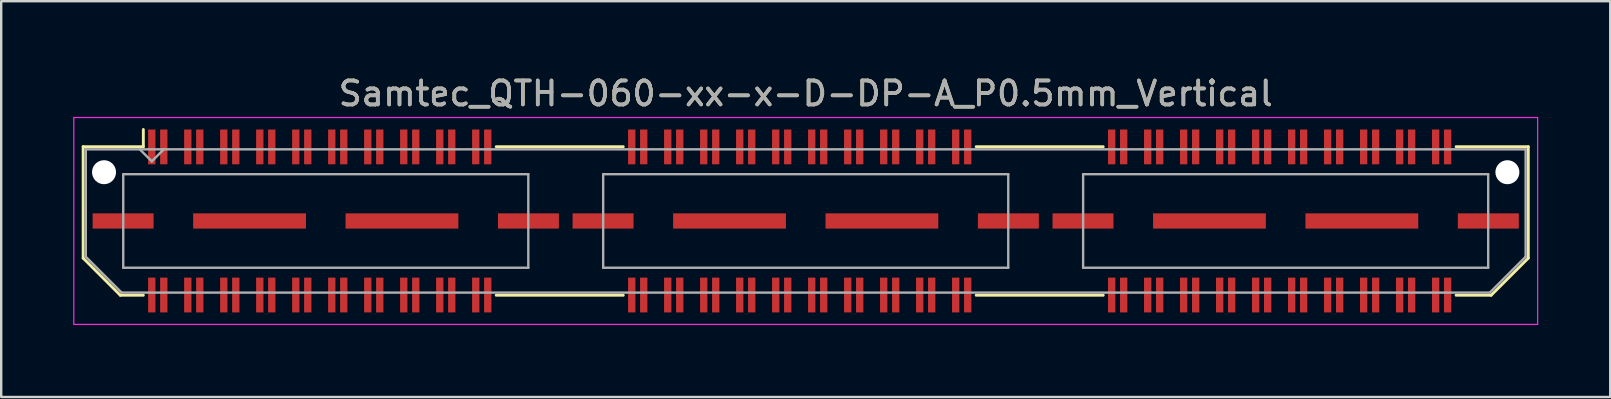
<source format=kicad_pcb>
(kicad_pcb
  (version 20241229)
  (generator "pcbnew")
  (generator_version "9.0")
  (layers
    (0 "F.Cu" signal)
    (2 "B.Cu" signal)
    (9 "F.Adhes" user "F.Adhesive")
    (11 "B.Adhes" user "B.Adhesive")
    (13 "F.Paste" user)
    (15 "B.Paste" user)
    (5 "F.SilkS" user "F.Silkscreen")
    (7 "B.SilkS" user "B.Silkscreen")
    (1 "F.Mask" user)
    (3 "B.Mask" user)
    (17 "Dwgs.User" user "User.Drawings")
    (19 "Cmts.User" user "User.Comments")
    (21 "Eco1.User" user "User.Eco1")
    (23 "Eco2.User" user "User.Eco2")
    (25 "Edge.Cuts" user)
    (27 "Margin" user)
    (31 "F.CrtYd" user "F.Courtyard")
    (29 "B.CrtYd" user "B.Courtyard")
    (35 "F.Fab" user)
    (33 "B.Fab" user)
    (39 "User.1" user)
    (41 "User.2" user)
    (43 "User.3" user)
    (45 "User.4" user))
  (footprint "Samtec_QTH-060-xx-x-D-DP-A_P0.5mm_Vertical"
    (layer "F.Cu")
    (at 30.525 6.158)
    (property "Reference" "Samtec_QTH-060-xx-x-D-DP-A_P0.5mm_Vertical" (at 0 -5.31 0) (layer "F.SilkS") (effects (font (size 1 1) (thickness 0.15))))
    (attr smd)
    (fp_line (start -30.11 -3.095) (end -30.11 1.548) (stroke (width 0.12) (type solid)) (layer "F.SilkS"))
    (fp_line (start -30.11 1.548) (end -28.562 3.095) (stroke (width 0.12) (type solid)) (layer "F.SilkS"))
    (fp_line (start -28.562 3.095) (end -27.602 3.095) (stroke (width 0.12) (type solid)) (layer "F.SilkS"))
    (fp_line (start -27.602 -3.811) (end -27.602 -3.095) (stroke (width 0.12) (type solid)) (layer "F.SilkS"))
    (fp_line (start -27.602 -3.095) (end -30.11 -3.095) (stroke (width 0.12) (type solid)) (layer "F.SilkS"))
    (fp_line (start -12.898 -3.095) (end -7.603 -3.095) (stroke (width 0.12) (type solid)) (layer "F.SilkS"))
    (fp_line (start -12.898 3.095) (end -7.603 3.095) (stroke (width 0.12) (type solid)) (layer "F.SilkS"))
    (fp_line (start 7.103 -3.095) (end 12.398 -3.095) (stroke (width 0.12) (type solid)) (layer "F.SilkS"))
    (fp_line (start 7.103 3.095) (end 12.398 3.095) (stroke (width 0.12) (type solid)) (layer "F.SilkS"))
    (fp_line (start 27.102 -3.095) (end 30.11 -3.095) (stroke (width 0.12) (type solid)) (layer "F.SilkS"))
    (fp_line (start 28.562 3.095) (end 27.102 3.095) (stroke (width 0.12) (type solid)) (layer "F.SilkS"))
    (fp_line (start 30.11 -3.095) (end 30.11 1.548) (stroke (width 0.12) (type solid)) (layer "F.SilkS"))
    (fp_line (start 30.11 1.548) (end 28.562 3.095) (stroke (width 0.12) (type solid)) (layer "F.SilkS"))
    (fp_line (start -30.5 -4.31) (end -30.5 4.31) (stroke (width 0.05) (type solid)) (layer "F.CrtYd"))
    (fp_line (start -30.5 4.31) (end 30.5 4.31) (stroke (width 0.05) (type solid)) (layer "F.CrtYd"))
    (fp_line (start 30.5 -4.31) (end -30.5 -4.31) (stroke (width 0.05) (type solid)) (layer "F.CrtYd"))
    (fp_line (start 30.5 4.31) (end 30.5 -4.31) (stroke (width 0.05) (type solid)) (layer "F.CrtYd"))
    (fp_line (start -30 -2.985) (end -30 1.492) (stroke (width 0.1) (type solid)) (layer "F.Fab"))
    (fp_line (start -30 -2.985) (end 30 -2.985) (stroke (width 0.1) (type solid)) (layer "F.Fab"))
    (fp_line (start -30 1.492) (end -28.508 2.985) (stroke (width 0.1) (type solid)) (layer "F.Fab"))
    (fp_line (start -28.508 2.985) (end 28.508 2.985) (stroke (width 0.1) (type solid)) (layer "F.Fab"))
    (fp_line (start -28.44 -1.95) (end -28.44 1.95) (stroke (width 0.1) (type solid)) (layer "F.Fab"))
    (fp_line (start -28.44 1.95) (end -11.56 1.95) (stroke (width 0.1) (type solid)) (layer "F.Fab"))
    (fp_line (start -27.25 -2.485) (end -27.75 -2.985) (stroke (width 0.1) (type solid)) (layer "F.Fab"))
    (fp_line (start -26.75 -2.985) (end -27.25 -2.485) (stroke (width 0.1) (type solid)) (layer "F.Fab"))
    (fp_line (start -11.56 -1.95) (end -28.44 -1.95) (stroke (width 0.1) (type solid)) (layer "F.Fab"))
    (fp_line (start -11.56 1.95) (end -11.56 -1.95) (stroke (width 0.1) (type solid)) (layer "F.Fab"))
    (fp_line (start -8.44 -1.95) (end -8.44 1.95) (stroke (width 0.1) (type solid)) (layer "F.Fab"))
    (fp_line (start -8.44 1.95) (end 8.44 1.95) (stroke (width 0.1) (type solid)) (layer "F.Fab"))
    (fp_line (start 8.44 -1.95) (end -8.44 -1.95) (stroke (width 0.1) (type solid)) (layer "F.Fab"))
    (fp_line (start 8.44 1.95) (end 8.44 -1.95) (stroke (width 0.1) (type solid)) (layer "F.Fab"))
    (fp_line (start 11.56 -1.95) (end 11.56 1.95) (stroke (width 0.1) (type solid)) (layer "F.Fab"))
    (fp_line (start 11.56 1.95) (end 28.44 1.95) (stroke (width 0.1) (type solid)) (layer "F.Fab"))
    (fp_line (start 28.44 -1.95) (end 11.56 -1.95) (stroke (width 0.1) (type solid)) (layer "F.Fab"))
    (fp_line (start 28.44 1.95) (end 28.44 -1.95) (stroke (width 0.1) (type solid)) (layer "F.Fab"))
    (fp_line (start 30 -2.985) (end 30 1.492) (stroke (width 0.1) (type solid)) (layer "F.Fab"))
    (fp_line (start 30 1.492) (end 28.508 2.985) (stroke (width 0.1) (type solid)) (layer "F.Fab"))
    (fp_text user "${REFERENCE}" (at 0 -5.31 0) (layer "F.Fab") (effects (font (size 1 1) (thickness 0.15))))
    (pad "" np_thru_hole circle (at -29.24 -2.032) (size 1 1) (drill 1) (layers "*.Cu" "*.Mask"))
    (pad "" np_thru_hole circle (at 29.24 -2.032) (size 1 1) (drill 1) (layers "*.Cu" "*.Mask"))
    (pad "1" smd rect (at -27.25 -3.086) (size 0.305 1.45) (layers "F.Cu" "F.Mask" "F.Paste"))
    (pad "2" smd rect (at -27.25 3.086) (size 0.305 1.45) (layers "F.Cu" "F.Mask" "F.Paste"))
    (pad "3" smd rect (at -26.75 -3.086) (size 0.305 1.45) (layers "F.Cu" "F.Mask" "F.Paste"))
    (pad "4" smd rect (at -26.75 3.086) (size 0.305 1.45) (layers "F.Cu" "F.Mask" "F.Paste"))
    (pad "5" smd rect (at -25.75 -3.086) (size 0.305 1.45) (layers "F.Cu" "F.Mask" "F.Paste"))
    (pad "6" smd rect (at -25.75 3.086) (size 0.305 1.45) (layers "F.Cu" "F.Mask" "F.Paste"))
    (pad "7" smd rect (at -25.25 -3.086) (size 0.305 1.45) (layers "F.Cu" "F.Mask" "F.Paste"))
    (pad "8" smd rect (at -25.25 3.086) (size 0.305 1.45) (layers "F.Cu" "F.Mask" "F.Paste"))
    (pad "9" smd rect (at -24.25 -3.086) (size 0.305 1.45) (layers "F.Cu" "F.Mask" "F.Paste"))
    (pad "10" smd rect (at -24.25 3.086) (size 0.305 1.45) (layers "F.Cu" "F.Mask" "F.Paste"))
    (pad "11" smd rect (at -23.75 -3.086) (size 0.305 1.45) (layers "F.Cu" "F.Mask" "F.Paste"))
    (pad "12" smd rect (at -23.75 3.086) (size 0.305 1.45) (layers "F.Cu" "F.Mask" "F.Paste"))
    (pad "13" smd rect (at -22.75 -3.086) (size 0.305 1.45) (layers "F.Cu" "F.Mask" "F.Paste"))
    (pad "14" smd rect (at -22.75 3.086) (size 0.305 1.45) (layers "F.Cu" "F.Mask" "F.Paste"))
    (pad "15" smd rect (at -22.25 -3.086) (size 0.305 1.45) (layers "F.Cu" "F.Mask" "F.Paste"))
    (pad "16" smd rect (at -22.25 3.086) (size 0.305 1.45) (layers "F.Cu" "F.Mask" "F.Paste"))
    (pad "17" smd rect (at -21.25 -3.086) (size 0.305 1.45) (layers "F.Cu" "F.Mask" "F.Paste"))
    (pad "18" smd rect (at -21.25 3.086) (size 0.305 1.45) (layers "F.Cu" "F.Mask" "F.Paste"))
    (pad "19" smd rect (at -20.75 -3.086) (size 0.305 1.45) (layers "F.Cu" "F.Mask" "F.Paste"))
    (pad "20" smd rect (at -20.75 3.086) (size 0.305 1.45) (layers "F.Cu" "F.Mask" "F.Paste"))
    (pad "21" smd rect (at -19.75 -3.086) (size 0.305 1.45) (layers "F.Cu" "F.Mask" "F.Paste"))
    (pad "22" smd rect (at -19.75 3.086) (size 0.305 1.45) (layers "F.Cu" "F.Mask" "F.Paste"))
    (pad "23" smd rect (at -19.25 -3.086) (size 0.305 1.45) (layers "F.Cu" "F.Mask" "F.Paste"))
    (pad "24" smd rect (at -19.25 3.086) (size 0.305 1.45) (layers "F.Cu" "F.Mask" "F.Paste"))
    (pad "25" smd rect (at -18.25 -3.086) (size 0.305 1.45) (layers "F.Cu" "F.Mask" "F.Paste"))
    (pad "26" smd rect (at -18.25 3.086) (size 0.305 1.45) (layers "F.Cu" "F.Mask" "F.Paste"))
    (pad "27" smd rect (at -17.75 -3.086) (size 0.305 1.45) (layers "F.Cu" "F.Mask" "F.Paste"))
    (pad "28" smd rect (at -17.75 3.086) (size 0.305 1.45) (layers "F.Cu" "F.Mask" "F.Paste"))
    (pad "29" smd rect (at -16.75 -3.086) (size 0.305 1.45) (layers "F.Cu" "F.Mask" "F.Paste"))
    (pad "30" smd rect (at -16.75 3.086) (size 0.305 1.45) (layers "F.Cu" "F.Mask" "F.Paste"))
    (pad "31" smd rect (at -16.25 -3.086) (size 0.305 1.45) (layers "F.Cu" "F.Mask" "F.Paste"))
    (pad "32" smd rect (at -16.25 3.086) (size 0.305 1.45) (layers "F.Cu" "F.Mask" "F.Paste"))
    (pad "33" smd rect (at -15.25 -3.086) (size 0.305 1.45) (layers "F.Cu" "F.Mask" "F.Paste"))
    (pad "34" smd rect (at -15.25 3.086) (size 0.305 1.45) (layers "F.Cu" "F.Mask" "F.Paste"))
    (pad "35" smd rect (at -14.75 -3.086) (size 0.305 1.45) (layers "F.Cu" "F.Mask" "F.Paste"))
    (pad "36" smd rect (at -14.75 3.086) (size 0.305 1.45) (layers "F.Cu" "F.Mask" "F.Paste"))
    (pad "37" smd rect (at -13.75 -3.086) (size 0.305 1.45) (layers "F.Cu" "F.Mask" "F.Paste"))
    (pad "38" smd rect (at -13.75 3.086) (size 0.305 1.45) (layers "F.Cu" "F.Mask" "F.Paste"))
    (pad "39" smd rect (at -13.25 -3.086) (size 0.305 1.45) (layers "F.Cu" "F.Mask" "F.Paste"))
    (pad "40" smd rect (at -13.25 3.086) (size 0.305 1.45) (layers "F.Cu" "F.Mask" "F.Paste"))
    (pad "41" smd rect (at -7.25 -3.086) (size 0.305 1.45) (layers "F.Cu" "F.Mask" "F.Paste"))
    (pad "42" smd rect (at -7.25 3.086) (size 0.305 1.45) (layers "F.Cu" "F.Mask" "F.Paste"))
    (pad "43" smd rect (at -6.75 -3.086) (size 0.305 1.45) (layers "F.Cu" "F.Mask" "F.Paste"))
    (pad "44" smd rect (at -6.75 3.086) (size 0.305 1.45) (layers "F.Cu" "F.Mask" "F.Paste"))
    (pad "45" smd rect (at -5.75 -3.086) (size 0.305 1.45) (layers "F.Cu" "F.Mask" "F.Paste"))
    (pad "46" smd rect (at -5.75 3.086) (size 0.305 1.45) (layers "F.Cu" "F.Mask" "F.Paste"))
    (pad "47" smd rect (at -5.25 -3.086) (size 0.305 1.45) (layers "F.Cu" "F.Mask" "F.Paste"))
    (pad "48" smd rect (at -5.25 3.086) (size 0.305 1.45) (layers "F.Cu" "F.Mask" "F.Paste"))
    (pad "49" smd rect (at -4.25 -3.086) (size 0.305 1.45) (layers "F.Cu" "F.Mask" "F.Paste"))
    (pad "50" smd rect (at -4.25 3.086) (size 0.305 1.45) (layers "F.Cu" "F.Mask" "F.Paste"))
    (pad "51" smd rect (at -3.75 -3.086) (size 0.305 1.45) (layers "F.Cu" "F.Mask" "F.Paste"))
    (pad "52" smd rect (at -3.75 3.086) (size 0.305 1.45) (layers "F.Cu" "F.Mask" "F.Paste"))
    (pad "53" smd rect (at -2.75 -3.086) (size 0.305 1.45) (layers "F.Cu" "F.Mask" "F.Paste"))
    (pad "54" smd rect (at -2.75 3.086) (size 0.305 1.45) (layers "F.Cu" "F.Mask" "F.Paste"))
    (pad "55" smd rect (at -2.25 -3.086) (size 0.305 1.45) (layers "F.Cu" "F.Mask" "F.Paste"))
    (pad "56" smd rect (at -2.25 3.086) (size 0.305 1.45) (layers "F.Cu" "F.Mask" "F.Paste"))
    (pad "57" smd rect (at -1.25 -3.086) (size 0.305 1.45) (layers "F.Cu" "F.Mask" "F.Paste"))
    (pad "58" smd rect (at -1.25 3.086) (size 0.305 1.45) (layers "F.Cu" "F.Mask" "F.Paste"))
    (pad "59" smd rect (at -0.75 -3.086) (size 0.305 1.45) (layers "F.Cu" "F.Mask" "F.Paste"))
    (pad "60" smd rect (at -0.75 3.086) (size 0.305 1.45) (layers "F.Cu" "F.Mask" "F.Paste"))
    (pad "61" smd rect (at 0.25 -3.086) (size 0.305 1.45) (layers "F.Cu" "F.Mask" "F.Paste"))
    (pad "62" smd rect (at 0.25 3.086) (size 0.305 1.45) (layers "F.Cu" "F.Mask" "F.Paste"))
    (pad "63" smd rect (at 0.75 -3.086) (size 0.305 1.45) (layers "F.Cu" "F.Mask" "F.Paste"))
    (pad "64" smd rect (at 0.75 3.086) (size 0.305 1.45) (layers "F.Cu" "F.Mask" "F.Paste"))
    (pad "65" smd rect (at 1.75 -3.086) (size 0.305 1.45) (layers "F.Cu" "F.Mask" "F.Paste"))
    (pad "66" smd rect (at 1.75 3.086) (size 0.305 1.45) (layers "F.Cu" "F.Mask" "F.Paste"))
    (pad "67" smd rect (at 2.25 -3.086) (size 0.305 1.45) (layers "F.Cu" "F.Mask" "F.Paste"))
    (pad "68" smd rect (at 2.25 3.086) (size 0.305 1.45) (layers "F.Cu" "F.Mask" "F.Paste"))
    (pad "69" smd rect (at 3.25 -3.086) (size 0.305 1.45) (layers "F.Cu" "F.Mask" "F.Paste"))
    (pad "70" smd rect (at 3.25 3.086) (size 0.305 1.45) (layers "F.Cu" "F.Mask" "F.Paste"))
    (pad "71" smd rect (at 3.75 -3.086) (size 0.305 1.45) (layers "F.Cu" "F.Mask" "F.Paste"))
    (pad "72" smd rect (at 3.75 3.086) (size 0.305 1.45) (layers "F.Cu" "F.Mask" "F.Paste"))
    (pad "73" smd rect (at 4.75 -3.086) (size 0.305 1.45) (layers "F.Cu" "F.Mask" "F.Paste"))
    (pad "74" smd rect (at 4.75 3.086) (size 0.305 1.45) (layers "F.Cu" "F.Mask" "F.Paste"))
    (pad "75" smd rect (at 5.25 -3.086) (size 0.305 1.45) (layers "F.Cu" "F.Mask" "F.Paste"))
    (pad "76" smd rect (at 5.25 3.086) (size 0.305 1.45) (layers "F.Cu" "F.Mask" "F.Paste"))
    (pad "77" smd rect (at 6.25 -3.086) (size 0.305 1.45) (layers "F.Cu" "F.Mask" "F.Paste"))
    (pad "78" smd rect (at 6.25 3.086) (size 0.305 1.45) (layers "F.Cu" "F.Mask" "F.Paste"))
    (pad "79" smd rect (at 6.75 -3.086) (size 0.305 1.45) (layers "F.Cu" "F.Mask" "F.Paste"))
    (pad "80" smd rect (at 6.75 3.086) (size 0.305 1.45) (layers "F.Cu" "F.Mask" "F.Paste"))
    (pad "81" smd rect (at 12.75 -3.086) (size 0.305 1.45) (layers "F.Cu" "F.Mask" "F.Paste"))
    (pad "82" smd rect (at 12.75 3.086) (size 0.305 1.45) (layers "F.Cu" "F.Mask" "F.Paste"))
    (pad "83" smd rect (at 13.25 -3.086) (size 0.305 1.45) (layers "F.Cu" "F.Mask" "F.Paste"))
    (pad "84" smd rect (at 13.25 3.086) (size 0.305 1.45) (layers "F.Cu" "F.Mask" "F.Paste"))
    (pad "85" smd rect (at 14.25 -3.086) (size 0.305 1.45) (layers "F.Cu" "F.Mask" "F.Paste"))
    (pad "86" smd rect (at 14.25 3.086) (size 0.305 1.45) (layers "F.Cu" "F.Mask" "F.Paste"))
    (pad "87" smd rect (at 14.75 -3.086) (size 0.305 1.45) (layers "F.Cu" "F.Mask" "F.Paste"))
    (pad "88" smd rect (at 14.75 3.086) (size 0.305 1.45) (layers "F.Cu" "F.Mask" "F.Paste"))
    (pad "89" smd rect (at 15.75 -3.086) (size 0.305 1.45) (layers "F.Cu" "F.Mask" "F.Paste"))
    (pad "90" smd rect (at 15.75 3.086) (size 0.305 1.45) (layers "F.Cu" "F.Mask" "F.Paste"))
    (pad "91" smd rect (at 16.25 -3.086) (size 0.305 1.45) (layers "F.Cu" "F.Mask" "F.Paste"))
    (pad "92" smd rect (at 16.25 3.086) (size 0.305 1.45) (layers "F.Cu" "F.Mask" "F.Paste"))
    (pad "93" smd rect (at 17.25 -3.086) (size 0.305 1.45) (layers "F.Cu" "F.Mask" "F.Paste"))
    (pad "94" smd rect (at 17.25 3.086) (size 0.305 1.45) (layers "F.Cu" "F.Mask" "F.Paste"))
    (pad "95" smd rect (at 17.75 -3.086) (size 0.305 1.45) (layers "F.Cu" "F.Mask" "F.Paste"))
    (pad "96" smd rect (at 17.75 3.086) (size 0.305 1.45) (layers "F.Cu" "F.Mask" "F.Paste"))
    (pad "97" smd rect (at 18.75 -3.086) (size 0.305 1.45) (layers "F.Cu" "F.Mask" "F.Paste"))
    (pad "98" smd rect (at 18.75 3.086) (size 0.305 1.45) (layers "F.Cu" "F.Mask" "F.Paste"))
    (pad "99" smd rect (at 19.25 -3.086) (size 0.305 1.45) (layers "F.Cu" "F.Mask" "F.Paste"))
    (pad "100" smd rect (at 19.25 3.086) (size 0.305 1.45) (layers "F.Cu" "F.Mask" "F.Paste"))
    (pad "101" smd rect (at 20.25 -3.086) (size 0.305 1.45) (layers "F.Cu" "F.Mask" "F.Paste"))
    (pad "102" smd rect (at 20.25 3.086) (size 0.305 1.45) (layers "F.Cu" "F.Mask" "F.Paste"))
    (pad "103" smd rect (at 20.75 -3.086) (size 0.305 1.45) (layers "F.Cu" "F.Mask" "F.Paste"))
    (pad "104" smd rect (at 20.75 3.086) (size 0.305 1.45) (layers "F.Cu" "F.Mask" "F.Paste"))
    (pad "105" smd rect (at 21.75 -3.086) (size 0.305 1.45) (layers "F.Cu" "F.Mask" "F.Paste"))
    (pad "106" smd rect (at 21.75 3.086) (size 0.305 1.45) (layers "F.Cu" "F.Mask" "F.Paste"))
    (pad "107" smd rect (at 22.25 -3.086) (size 0.305 1.45) (layers "F.Cu" "F.Mask" "F.Paste"))
    (pad "108" smd rect (at 22.25 3.086) (size 0.305 1.45) (layers "F.Cu" "F.Mask" "F.Paste"))
    (pad "109" smd rect (at 23.25 -3.086) (size 0.305 1.45) (layers "F.Cu" "F.Mask" "F.Paste"))
    (pad "110" smd rect (at 23.25 3.086) (size 0.305 1.45) (layers "F.Cu" "F.Mask" "F.Paste"))
    (pad "111" smd rect (at 23.75 -3.086) (size 0.305 1.45) (layers "F.Cu" "F.Mask" "F.Paste"))
    (pad "112" smd rect (at 23.75 3.086) (size 0.305 1.45) (layers "F.Cu" "F.Mask" "F.Paste"))
    (pad "113" smd rect (at 24.75 -3.086) (size 0.305 1.45) (layers "F.Cu" "F.Mask" "F.Paste"))
    (pad "114" smd rect (at 24.75 3.086) (size 0.305 1.45) (layers "F.Cu" "F.Mask" "F.Paste"))
    (pad "115" smd rect (at 25.25 -3.086) (size 0.305 1.45) (layers "F.Cu" "F.Mask" "F.Paste"))
    (pad "116" smd rect (at 25.25 3.086) (size 0.305 1.45) (layers "F.Cu" "F.Mask" "F.Paste"))
    (pad "117" smd rect (at 26.25 -3.086) (size 0.305 1.45) (layers "F.Cu" "F.Mask" "F.Paste"))
    (pad "118" smd rect (at 26.25 3.086) (size 0.305 1.45) (layers "F.Cu" "F.Mask" "F.Paste"))
    (pad "119" smd rect (at 26.75 -3.086) (size 0.305 1.45) (layers "F.Cu" "F.Mask" "F.Paste"))
    (pad "120" smd rect (at 26.75 3.086) (size 0.305 1.45) (layers "F.Cu" "F.Mask" "F.Paste"))
    (pad "P1" smd rect (at -28.445 0) (size 2.54 0.635) (layers "F.Cu" "F.Mask" "F.Paste"))
    (pad "P1" smd rect (at -23.175 0) (size 4.7 0.635) (layers "F.Cu" "F.Mask" "F.Paste"))
    (pad "P1" smd rect (at -16.825 0) (size 4.7 0.635) (layers "F.Cu" "F.Mask" "F.Paste"))
    (pad "P1" smd rect (at -11.555 0) (size 2.54 0.635) (layers "F.Cu" "F.Mask" "F.Paste"))
    (pad "P2" smd rect (at -8.445 0) (size 2.54 0.635) (layers "F.Cu" "F.Mask" "F.Paste"))
    (pad "P2" smd rect (at -3.175 0) (size 4.7 0.635) (layers "F.Cu" "F.Mask" "F.Paste"))
    (pad "P2" smd rect (at 3.175 0) (size 4.7 0.635) (layers "F.Cu" "F.Mask" "F.Paste"))
    (pad "P2" smd rect (at 8.445 0) (size 2.54 0.635) (layers "F.Cu" "F.Mask" "F.Paste"))
    (pad "P3" smd rect (at 11.555 0) (size 2.54 0.635) (layers "F.Cu" "F.Mask" "F.Paste"))
    (pad "P3" smd rect (at 16.825 0) (size 4.7 0.635) (layers "F.Cu" "F.Mask" "F.Paste"))
    (pad "P3" smd rect (at 23.175 0) (size 4.7 0.635) (layers "F.Cu" "F.Mask" "F.Paste"))
    (pad "P3" smd rect (at 28.445 0) (size 2.54 0.635) (layers "F.Cu" "F.Mask" "F.Paste")))
  (gr_rect
    (start -3 -3)
    (end 64.05 13.493)
    (stroke (width 0.1) (type default))
    (fill no)
    (layer "Edge.Cuts")))
</source>
